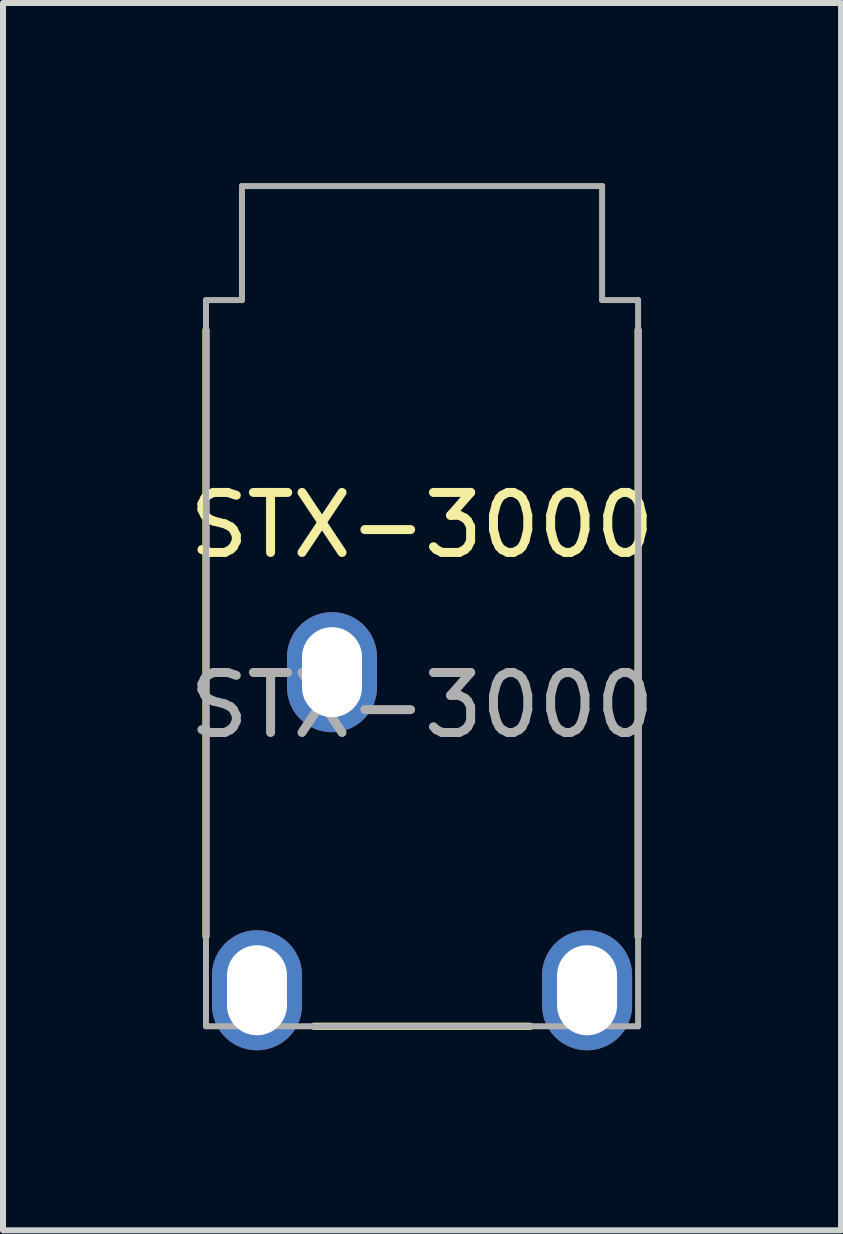
<source format=kicad_pcb>
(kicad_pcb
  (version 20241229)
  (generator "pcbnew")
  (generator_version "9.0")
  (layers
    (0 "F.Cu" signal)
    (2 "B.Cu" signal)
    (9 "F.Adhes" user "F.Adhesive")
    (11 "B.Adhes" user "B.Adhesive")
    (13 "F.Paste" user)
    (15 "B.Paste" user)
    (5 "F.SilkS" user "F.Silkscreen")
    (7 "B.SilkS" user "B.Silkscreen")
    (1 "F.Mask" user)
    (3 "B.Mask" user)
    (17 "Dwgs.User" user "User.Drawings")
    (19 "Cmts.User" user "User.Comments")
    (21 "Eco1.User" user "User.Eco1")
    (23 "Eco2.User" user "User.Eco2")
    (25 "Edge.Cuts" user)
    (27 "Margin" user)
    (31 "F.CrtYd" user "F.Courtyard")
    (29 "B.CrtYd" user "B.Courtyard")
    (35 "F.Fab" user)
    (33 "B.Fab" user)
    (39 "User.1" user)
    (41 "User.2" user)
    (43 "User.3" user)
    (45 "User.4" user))
  (footprint "STX-3000"
    (layer "F.Cu")
    (at 3.982 1.95)
    (property "Reference" "STX-3000" (at 0 3.75 0) (unlocked yes) (layer "F.SilkS") (effects (font (size 1 1) (thickness 0.15))))
    (attr through_hole)
    (fp_line (start -3.6 10.6) (end -3.6 0.5) (stroke (width 0.12) (type solid)) (layer "F.SilkS"))
    (fp_line (start 1.8 12.1) (end -1.8 12.1) (stroke (width 0.12) (type solid)) (layer "F.SilkS"))
    (fp_line (start 3.6 0.5) (end 3.6 10.6) (stroke (width 0.12) (type solid)) (layer "F.SilkS"))
    (fp_line (start -3.6 0) (end -3 0) (stroke (width 0.1) (type solid)) (layer "F.Fab"))
    (fp_line (start -3.6 12.1) (end -3.6 0) (stroke (width 0.1) (type solid)) (layer "F.Fab"))
    (fp_line (start -3 -1.9) (end 3 -1.9) (stroke (width 0.1) (type solid)) (layer "F.Fab"))
    (fp_line (start -3 0) (end -3 -1.9) (stroke (width 0.1) (type solid)) (layer "F.Fab"))
    (fp_line (start 3 -1.9) (end 3 0) (stroke (width 0.1) (type solid)) (layer "F.Fab"))
    (fp_line (start 3 0) (end 3.6 0) (stroke (width 0.1) (type solid)) (layer "F.Fab"))
    (fp_line (start 3.6 0) (end 3.6 12.1) (stroke (width 0.1) (type solid)) (layer "F.Fab"))
    (fp_line (start 3.6 12.1) (end -3.6 12.1) (stroke (width 0.1) (type solid)) (layer "F.Fab"))
    (fp_text user "${REFERENCE}" (at 0 6.75 0) (unlocked yes) (layer "F.Fab") (effects (font (size 1 1) (thickness 0.15))))
    (pad "R" thru_hole oval (at 2.75 11.5 90) (size 2 1.5) (drill oval 1.5 1) (layers "*.Cu" "*.Mask"))
    (pad "S" thru_hole oval (at -1.5 6.2 90) (size 2 1.5) (drill oval 1.5 1) (layers "*.Cu" "*.Mask"))
    (pad "T" thru_hole oval (at -2.75 11.5 90) (size 2 1.5) (drill oval 1.5 1) (layers "*.Cu" "*.Mask")))
  (gr_rect
    (start -3 -3)
    (end 10.964 17.45)
    (stroke (width 0.1) (type default))
    (fill no)
    (layer "Edge.Cuts")))
</source>
